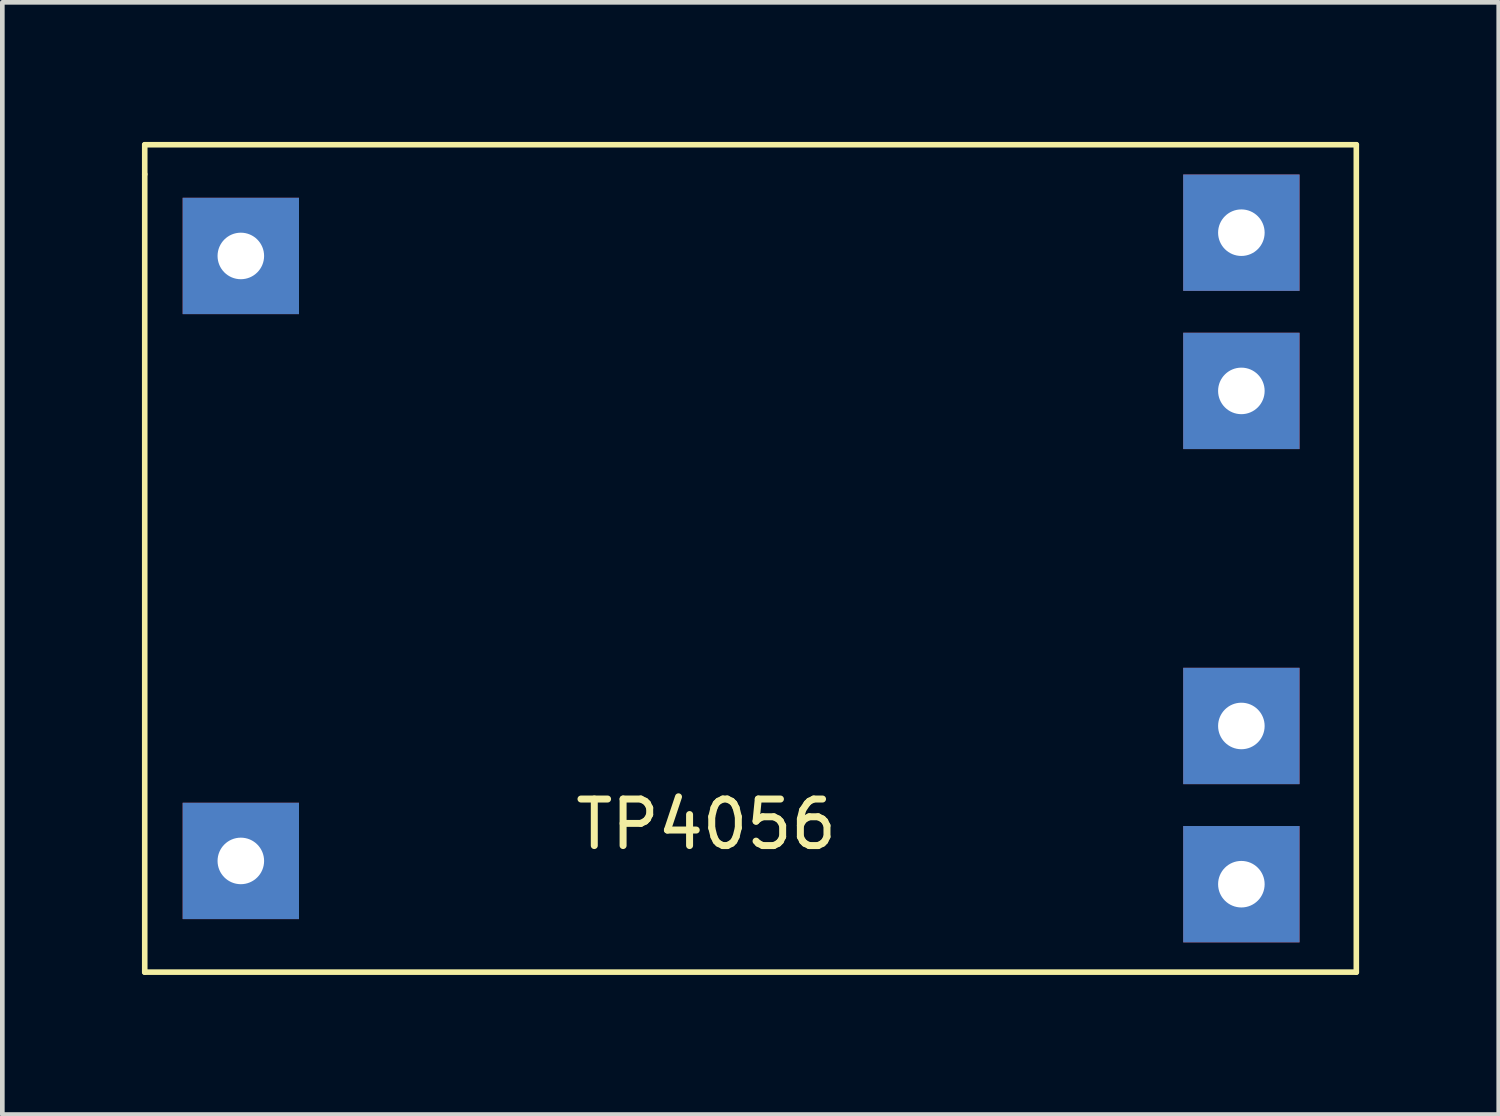
<source format=kicad_pcb>
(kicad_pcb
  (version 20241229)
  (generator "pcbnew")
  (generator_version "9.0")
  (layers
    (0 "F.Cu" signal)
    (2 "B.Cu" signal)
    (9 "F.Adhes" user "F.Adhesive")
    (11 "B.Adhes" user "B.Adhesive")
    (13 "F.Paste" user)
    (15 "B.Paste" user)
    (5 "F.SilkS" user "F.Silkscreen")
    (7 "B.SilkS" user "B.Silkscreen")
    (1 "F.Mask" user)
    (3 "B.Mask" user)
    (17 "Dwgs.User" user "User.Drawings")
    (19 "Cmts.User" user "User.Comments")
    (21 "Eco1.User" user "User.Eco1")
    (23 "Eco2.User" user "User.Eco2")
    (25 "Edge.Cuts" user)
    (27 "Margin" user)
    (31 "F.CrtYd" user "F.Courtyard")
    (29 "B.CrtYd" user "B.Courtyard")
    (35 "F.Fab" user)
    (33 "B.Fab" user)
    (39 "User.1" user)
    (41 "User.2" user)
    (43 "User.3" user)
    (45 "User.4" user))
  (footprint "TP4056"
    (layer "F.Cu")
    (at 12.125 8.95)
    (property "Reference" "TP4056" (at 0 5.715 0) (layer "F.SilkS") (effects (font (size 1 1) (thickness 0.15))))
    (attr through_hole)
    (fp_line (start -12.065 -8.89) (end 13.97 -8.89) (stroke (width 0.12) (type solid)) (layer "F.SilkS"))
    (fp_line (start -12.065 -8.255) (end -12.065 -8.89) (stroke (width 0.12) (type solid)) (layer "F.SilkS"))
    (fp_line (start -12.065 8.89) (end -12.065 -8.255) (stroke (width 0.12) (type solid)) (layer "F.SilkS"))
    (fp_line (start 13.97 -8.89) (end 13.97 8.89) (stroke (width 0.12) (type solid)) (layer "F.SilkS"))
    (fp_line (start 13.97 8.89) (end -12.065 8.89) (stroke (width 0.12) (type solid)) (layer "F.SilkS"))
    (pad "1" thru_hole rect (at -10 -6.5) (size 2.5 2.5) (drill 1) (layers "*.Cu" "*.Mask"))
    (pad "2" thru_hole rect (at -10 6.5) (size 2.5 2.5) (drill 1) (layers "*.Cu" "*.Mask"))
    (pad "3" thru_hole rect (at 11.5 -7) (size 2.5 2.5) (drill 1) (layers "*.Cu" "*.Mask"))
    (pad "4" thru_hole rect (at 11.5 -3.6) (size 2.5 2.5) (drill 1) (layers "*.Cu" "*.Mask"))
    (pad "5" thru_hole rect (at 11.5 7) (size 2.5 2.5) (drill 1) (layers "*.Cu" "*.Mask"))
    (pad "6" thru_hole rect (at 11.5 3.6) (size 2.5 2.5) (drill 1) (layers "*.Cu" "*.Mask")))
  (gr_rect
    (start -3 -3)
    (end 29.155 20.9)
    (stroke (width 0.1) (type default))
    (fill no)
    (layer "Edge.Cuts")))
</source>
